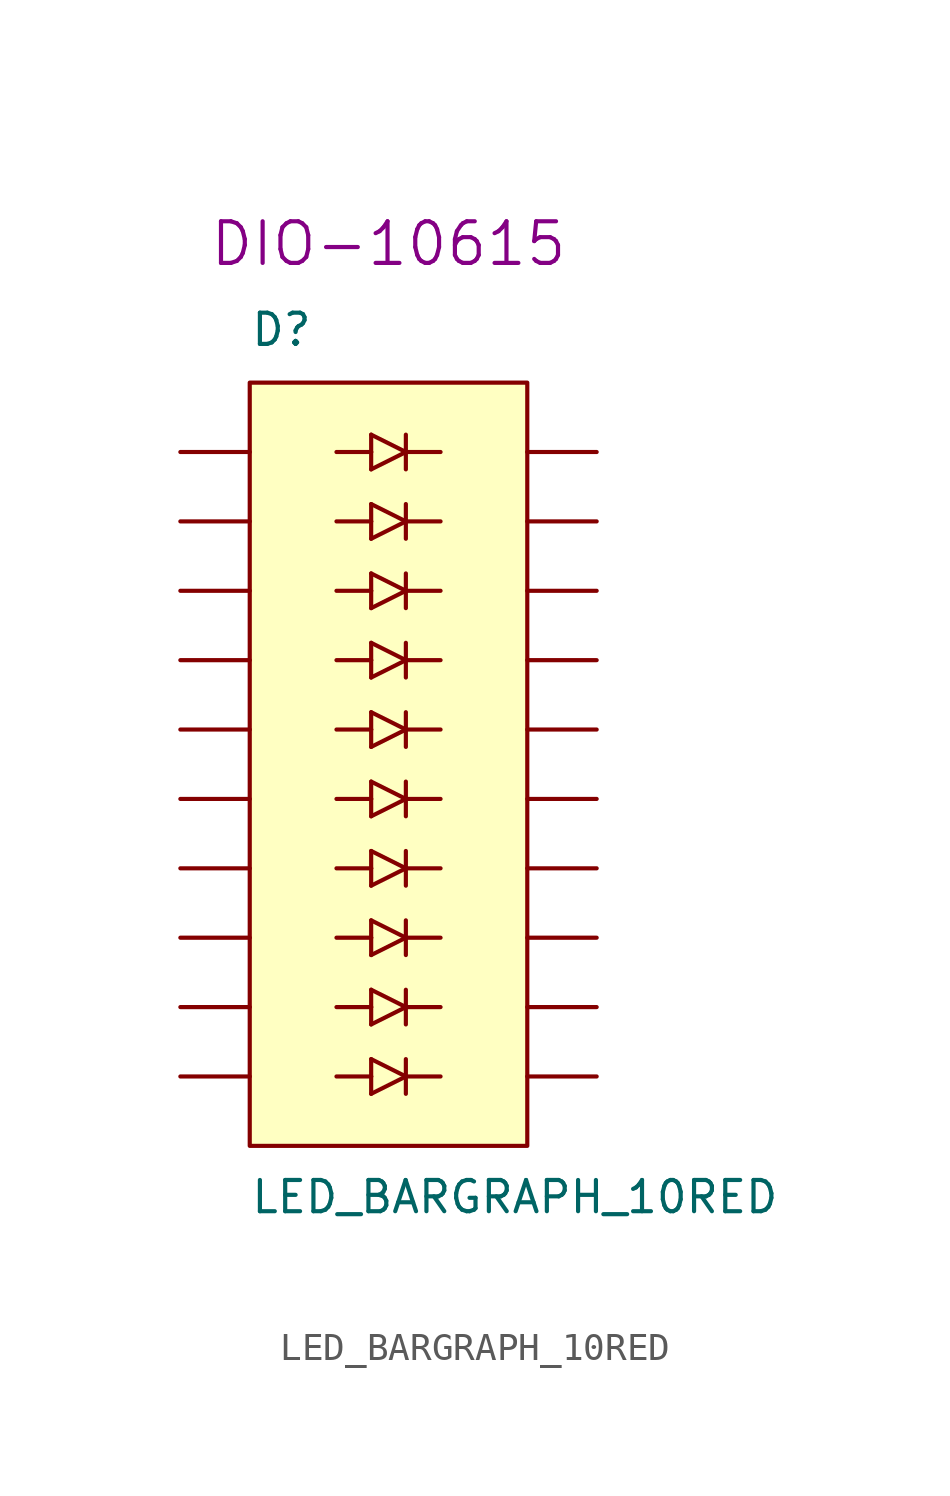
<source format=kicad_sym>
(kicad_symbol_lib
  (version 20211014)
  (generator kicad_symbol_editor)
  (symbol "LED_BARGRAPH_10RED"
    (pin_numbers hide)
    (pin_names
      (offset 1.016) hide)
    (property "Reference" "D"
      (at -5.08 13.97 0)
      (effects (font (size 1.143 1.143)) (justify left bottom)))
    (property "Value" "LED_BARGRAPH_10RED"
      (at -5.08 -17.78 0)
      (effects (font (size 1.143 1.143)) (justify left bottom)))
    (property "Field4" "DIO-10615"
      (at 0 17.78 0)
      (effects (font (size 1.524 1.524))))
    (property "ki_locked" ""
      (at 0 0 0)
      (effects (font (size 1.27 1.27))))
    (symbol "LED_BARGRAPH_10RED_1_0"
      (polyline (pts (xy -1.905 -12.7) (xy -0.635 -12.7)) (stroke (width 0) (type default) (color 0 0 0 0)) (fill (type none)))
      (polyline (pts (xy -1.905 -10.16) (xy -0.635 -10.16)) (stroke (width 0) (type default) (color 0 0 0 0)) (fill (type none)))
      (polyline (pts (xy -1.905 -7.62) (xy -0.635 -7.62)) (stroke (width 0) (type default) (color 0 0 0 0)) (fill (type none)))
      (polyline (pts (xy -1.905 -5.08) (xy -0.635 -5.08)) (stroke (width 0) (type default) (color 0 0 0 0)) (fill (type none)))
      (polyline (pts (xy -1.905 -2.54) (xy -0.635 -2.54)) (stroke (width 0) (type default) (color 0 0 0 0)) (fill (type none)))
      (polyline (pts (xy -1.905 0) (xy -0.635 0)) (stroke (width 0) (type default) (color 0 0 0 0)) (fill (type none)))
      (polyline (pts (xy -1.905 2.54) (xy -0.635 2.54)) (stroke (width 0) (type default) (color 0 0 0 0)) (fill (type none)))
      (polyline (pts (xy -1.905 5.08) (xy -0.635 5.08)) (stroke (width 0) (type default) (color 0 0 0 0)) (fill (type none)))
      (polyline (pts (xy -1.905 7.62) (xy -0.635 7.62)) (stroke (width 0) (type default) (color 0 0 0 0)) (fill (type none)))
      (polyline (pts (xy -1.905 10.16) (xy -0.635 10.16)) (stroke (width 0) (type default) (color 0 0 0 0)) (fill (type none)))
      (polyline (pts (xy -0.635 -12.7) (xy -0.635 -13.335)) (stroke (width 0) (type default) (color 0 0 0 0)) (fill (type none)))
      (polyline (pts (xy -0.635 -12.065) (xy -0.635 -12.7)) (stroke (width 0) (type default) (color 0 0 0 0)) (fill (type none)))
      (polyline (pts (xy -0.635 -12.065) (xy 0.635 -12.7)) (stroke (width 0) (type default) (color 0 0 0 0)) (fill (type none)))
      (polyline (pts (xy -0.635 -10.16) (xy -0.635 -10.795)) (stroke (width 0) (type default) (color 0 0 0 0)) (fill (type none)))
      (polyline (pts (xy -0.635 -9.525) (xy -0.635 -10.16)) (stroke (width 0) (type default) (color 0 0 0 0)) (fill (type none)))
      (polyline (pts (xy -0.635 -9.525) (xy 0.635 -10.16)) (stroke (width 0) (type default) (color 0 0 0 0)) (fill (type none)))
      (polyline (pts (xy -0.635 -7.62) (xy -0.635 -8.255)) (stroke (width 0) (type default) (color 0 0 0 0)) (fill (type none)))
      (polyline (pts (xy -0.635 -6.985) (xy -0.635 -7.62)) (stroke (width 0) (type default) (color 0 0 0 0)) (fill (type none)))
      (polyline (pts (xy -0.635 -6.985) (xy 0.635 -7.62)) (stroke (width 0) (type default) (color 0 0 0 0)) (fill (type none)))
      (polyline (pts (xy -0.635 -5.08) (xy -0.635 -5.715)) (stroke (width 0) (type default) (color 0 0 0 0)) (fill (type none)))
      (polyline (pts (xy -0.635 -4.445) (xy -0.635 -5.08)) (stroke (width 0) (type default) (color 0 0 0 0)) (fill (type none)))
      (polyline (pts (xy -0.635 -4.445) (xy 0.635 -5.08)) (stroke (width 0) (type default) (color 0 0 0 0)) (fill (type none)))
      (polyline (pts (xy -0.635 -2.54) (xy -0.635 -3.175)) (stroke (width 0) (type default) (color 0 0 0 0)) (fill (type none)))
      (polyline (pts (xy -0.635 -1.905) (xy -0.635 -2.54)) (stroke (width 0) (type default) (color 0 0 0 0)) (fill (type none)))
      (polyline (pts (xy -0.635 -1.905) (xy 0.635 -2.54)) (stroke (width 0) (type default) (color 0 0 0 0)) (fill (type none)))
      (polyline (pts (xy -0.635 0) (xy -0.635 -0.635)) (stroke (width 0) (type default) (color 0 0 0 0)) (fill (type none)))
      (polyline (pts (xy -0.635 0.635) (xy -0.635 0)) (stroke (width 0) (type default) (color 0 0 0 0)) (fill (type none)))
      (polyline (pts (xy -0.635 0.635) (xy 0.635 0)) (stroke (width 0) (type default) (color 0 0 0 0)) (fill (type none)))
      (polyline (pts (xy -0.635 2.54) (xy -0.635 1.905)) (stroke (width 0) (type default) (color 0 0 0 0)) (fill (type none)))
      (polyline (pts (xy -0.635 3.175) (xy -0.635 2.54)) (stroke (width 0) (type default) (color 0 0 0 0)) (fill (type none)))
      (polyline (pts (xy -0.635 3.175) (xy 0.635 2.54)) (stroke (width 0) (type default) (color 0 0 0 0)) (fill (type none)))
      (polyline (pts (xy -0.635 5.08) (xy -0.635 4.445)) (stroke (width 0) (type default) (color 0 0 0 0)) (fill (type none)))
      (polyline (pts (xy -0.635 5.715) (xy -0.635 5.08)) (stroke (width 0) (type default) (color 0 0 0 0)) (fill (type none)))
      (polyline (pts (xy -0.635 5.715) (xy 0.635 5.08)) (stroke (width 0) (type default) (color 0 0 0 0)) (fill (type none)))
      (polyline (pts (xy -0.635 7.62) (xy -0.635 6.985)) (stroke (width 0) (type default) (color 0 0 0 0)) (fill (type none)))
      (polyline (pts (xy -0.635 8.255) (xy -0.635 7.62)) (stroke (width 0) (type default) (color 0 0 0 0)) (fill (type none)))
      (polyline (pts (xy -0.635 8.255) (xy 0.635 7.62)) (stroke (width 0) (type default) (color 0 0 0 0)) (fill (type none)))
      (polyline (pts (xy -0.635 10.16) (xy -0.635 9.525)) (stroke (width 0) (type default) (color 0 0 0 0)) (fill (type none)))
      (polyline (pts (xy -0.635 10.795) (xy -0.635 10.16)) (stroke (width 0) (type default) (color 0 0 0 0)) (fill (type none)))
      (polyline (pts (xy -0.635 10.795) (xy 0.635 10.16)) (stroke (width 0) (type default) (color 0 0 0 0)) (fill (type none)))
      (polyline (pts (xy 0.635 -12.7) (xy -0.635 -13.335)) (stroke (width 0) (type default) (color 0 0 0 0)) (fill (type none)))
      (polyline (pts (xy 0.635 -12.7) (xy 0.635 -13.335)) (stroke (width 0) (type default) (color 0 0 0 0)) (fill (type none)))
      (polyline (pts (xy 0.635 -12.7) (xy 1.905 -12.7)) (stroke (width 0) (type default) (color 0 0 0 0)) (fill (type none)))
      (polyline (pts (xy 0.635 -12.065) (xy 0.635 -12.7)) (stroke (width 0) (type default) (color 0 0 0 0)) (fill (type none)))
      (polyline (pts (xy 0.635 -10.16) (xy -0.635 -10.795)) (stroke (width 0) (type default) (color 0 0 0 0)) (fill (type none)))
      (polyline (pts (xy 0.635 -10.16) (xy 0.635 -10.795)) (stroke (width 0) (type default) (color 0 0 0 0)) (fill (type none)))
      (polyline (pts (xy 0.635 -10.16) (xy 1.905 -10.16)) (stroke (width 0) (type default) (color 0 0 0 0)) (fill (type none)))
      (polyline (pts (xy 0.635 -9.525) (xy 0.635 -10.16)) (stroke (width 0) (type default) (color 0 0 0 0)) (fill (type none)))
      (polyline (pts (xy 0.635 -7.62) (xy -0.635 -8.255)) (stroke (width 0) (type default) (color 0 0 0 0)) (fill (type none)))
      (polyline (pts (xy 0.635 -7.62) (xy 0.635 -8.255)) (stroke (width 0) (type default) (color 0 0 0 0)) (fill (type none)))
      (polyline (pts (xy 0.635 -7.62) (xy 1.905 -7.62)) (stroke (width 0) (type default) (color 0 0 0 0)) (fill (type none)))
      (polyline (pts (xy 0.635 -6.985) (xy 0.635 -7.62)) (stroke (width 0) (type default) (color 0 0 0 0)) (fill (type none)))
      (polyline (pts (xy 0.635 -5.08) (xy -0.635 -5.715)) (stroke (width 0) (type default) (color 0 0 0 0)) (fill (type none)))
      (polyline (pts (xy 0.635 -5.08) (xy 0.635 -5.715)) (stroke (width 0) (type default) (color 0 0 0 0)) (fill (type none)))
      (polyline (pts (xy 0.635 -5.08) (xy 1.905 -5.08)) (stroke (width 0) (type default) (color 0 0 0 0)) (fill (type none)))
      (polyline (pts (xy 0.635 -4.445) (xy 0.635 -5.08)) (stroke (width 0) (type default) (color 0 0 0 0)) (fill (type none)))
      (polyline (pts (xy 0.635 -2.54) (xy -0.635 -3.175)) (stroke (width 0) (type default) (color 0 0 0 0)) (fill (type none)))
      (polyline (pts (xy 0.635 -2.54) (xy 0.635 -3.175)) (stroke (width 0) (type default) (color 0 0 0 0)) (fill (type none)))
      (polyline (pts (xy 0.635 -2.54) (xy 1.905 -2.54)) (stroke (width 0) (type default) (color 0 0 0 0)) (fill (type none)))
      (polyline (pts (xy 0.635 -1.905) (xy 0.635 -2.54)) (stroke (width 0) (type default) (color 0 0 0 0)) (fill (type none)))
      (polyline (pts (xy 0.635 0) (xy -0.635 -0.635)) (stroke (width 0) (type default) (color 0 0 0 0)) (fill (type none)))
      (polyline (pts (xy 0.635 0) (xy 0.635 -0.635)) (stroke (width 0) (type default) (color 0 0 0 0)) (fill (type none)))
      (polyline (pts (xy 0.635 0) (xy 1.905 0)) (stroke (width 0) (type default) (color 0 0 0 0)) (fill (type none)))
      (polyline (pts (xy 0.635 0.635) (xy 0.635 0)) (stroke (width 0) (type default) (color 0 0 0 0)) (fill (type none)))
      (polyline (pts (xy 0.635 2.54) (xy -0.635 1.905)) (stroke (width 0) (type default) (color 0 0 0 0)) (fill (type none)))
      (polyline (pts (xy 0.635 2.54) (xy 0.635 1.905)) (stroke (width 0) (type default) (color 0 0 0 0)) (fill (type none)))
      (polyline (pts (xy 0.635 2.54) (xy 1.905 2.54)) (stroke (width 0) (type default) (color 0 0 0 0)) (fill (type none)))
      (polyline (pts (xy 0.635 3.175) (xy 0.635 2.54)) (stroke (width 0) (type default) (color 0 0 0 0)) (fill (type none)))
      (polyline (pts (xy 0.635 5.08) (xy -0.635 4.445)) (stroke (width 0) (type default) (color 0 0 0 0)) (fill (type none)))
      (polyline (pts (xy 0.635 5.08) (xy 0.635 4.445)) (stroke (width 0) (type default) (color 0 0 0 0)) (fill (type none)))
      (polyline (pts (xy 0.635 5.08) (xy 1.905 5.08)) (stroke (width 0) (type default) (color 0 0 0 0)) (fill (type none)))
      (polyline (pts (xy 0.635 5.715) (xy 0.635 5.08)) (stroke (width 0) (type default) (color 0 0 0 0)) (fill (type none)))
      (polyline (pts (xy 0.635 7.62) (xy -0.635 6.985)) (stroke (width 0) (type default) (color 0 0 0 0)) (fill (type none)))
      (polyline (pts (xy 0.635 7.62) (xy 0.635 6.985)) (stroke (width 0) (type default) (color 0 0 0 0)) (fill (type none)))
      (polyline (pts (xy 0.635 7.62) (xy 1.905 7.62)) (stroke (width 0) (type default) (color 0 0 0 0)) (fill (type none)))
      (polyline (pts (xy 0.635 8.255) (xy 0.635 7.62)) (stroke (width 0) (type default) (color 0 0 0 0)) (fill (type none)))
      (polyline (pts (xy 0.635 10.16) (xy -0.635 9.525)) (stroke (width 0) (type default) (color 0 0 0 0)) (fill (type none)))
      (polyline (pts (xy 0.635 10.16) (xy 0.635 9.525)) (stroke (width 0) (type default) (color 0 0 0 0)) (fill (type none)))
      (polyline (pts (xy 0.635 10.16) (xy 1.905 10.16)) (stroke (width 0) (type default) (color 0 0 0 0)) (fill (type none)))
      (polyline (pts (xy 0.635 10.795) (xy 0.635 10.16)) (stroke (width 0) (type default) (color 0 0 0 0)) (fill (type none))))
    (symbol "LED_BARGRAPH_10RED_1_1"
      (polyline (pts (xy -5.08 12.7) (xy 5.08 12.7) (xy 5.08 -15.24) (xy -5.08 -15.24) (xy -5.08 12.7)) (stroke (width 0) (type default) (color 0 0 0 0)) (fill (type background)))
      (pin passive line (at -7.62 10.16 0) (length 2.54) (name "A" (effects (font (size 1.016 1.016)))) (number "1" (effects (font (size 1.016 1.016)))))
      (pin passive line (at -7.62 -12.7 0) (length 2.54) (name "A9" (effects (font (size 1.016 1.016)))) (number "10" (effects (font (size 1.016 1.016)))))
      (pin passive line (at 7.62 -12.7 180) (length 2.54) (name "C9" (effects (font (size 1.016 1.016)))) (number "11" (effects (font (size 1.016 1.016)))))
      (pin passive line (at 7.62 -10.16 180) (length 2.54) (name "C8" (effects (font (size 1.016 1.016)))) (number "12" (effects (font (size 1.016 1.016)))))
      (pin passive line (at 7.62 -7.62 180) (length 2.54) (name "C7" (effects (font (size 1.016 1.016)))) (number "13" (effects (font (size 1.016 1.016)))))
      (pin passive line (at 7.62 -5.08 180) (length 2.54) (name "C6" (effects (font (size 1.016 1.016)))) (number "14" (effects (font (size 1.016 1.016)))))
      (pin passive line (at 7.62 -2.54 180) (length 2.54) (name "C5" (effects (font (size 1.016 1.016)))) (number "15" (effects (font (size 1.016 1.016)))))
      (pin passive line (at 7.62 0 180) (length 2.54) (name "C4" (effects (font (size 1.016 1.016)))) (number "16" (effects (font (size 1.016 1.016)))))
      (pin passive line (at 7.62 2.54 180) (length 2.54) (name "C3" (effects (font (size 1.016 1.016)))) (number "17" (effects (font (size 1.016 1.016)))))
      (pin passive line (at 7.62 5.08 180) (length 2.54) (name "C2" (effects (font (size 1.016 1.016)))) (number "18" (effects (font (size 1.016 1.016)))))
      (pin passive line (at 7.62 7.62 180) (length 2.54) (name "C1" (effects (font (size 1.016 1.016)))) (number "19" (effects (font (size 1.016 1.016)))))
      (pin passive line (at -7.62 7.62 0) (length 2.54) (name "A1" (effects (font (size 1.016 1.016)))) (number "2" (effects (font (size 1.016 1.016)))))
      (pin passive line (at 7.62 10.16 180) (length 2.54) (name "C" (effects (font (size 1.016 1.016)))) (number "20" (effects (font (size 1.016 1.016)))))
      (pin passive line (at -7.62 5.08 0) (length 2.54) (name "A2" (effects (font (size 1.016 1.016)))) (number "3" (effects (font (size 1.016 1.016)))))
      (pin passive line (at -7.62 2.54 0) (length 2.54) (name "A3" (effects (font (size 1.016 1.016)))) (number "4" (effects (font (size 1.016 1.016)))))
      (pin passive line (at -7.62 0 0) (length 2.54) (name "A4" (effects (font (size 1.016 1.016)))) (number "5" (effects (font (size 1.016 1.016)))))
      (pin passive line (at -7.62 -2.54 0) (length 2.54) (name "A5" (effects (font (size 1.016 1.016)))) (number "6" (effects (font (size 1.016 1.016)))))
      (pin passive line (at -7.62 -5.08 0) (length 2.54) (name "A6" (effects (font (size 1.016 1.016)))) (number "7" (effects (font (size 1.016 1.016)))))
      (pin passive line (at -7.62 -7.62 0) (length 2.54) (name "A7" (effects (font (size 1.016 1.016)))) (number "8" (effects (font (size 1.016 1.016)))))
      (pin passive line (at -7.62 -10.16 0) (length 2.54) (name "A8" (effects (font (size 1.016 1.016)))) (number "9" (effects (font (size 1.016 1.016))))))))
</source>
